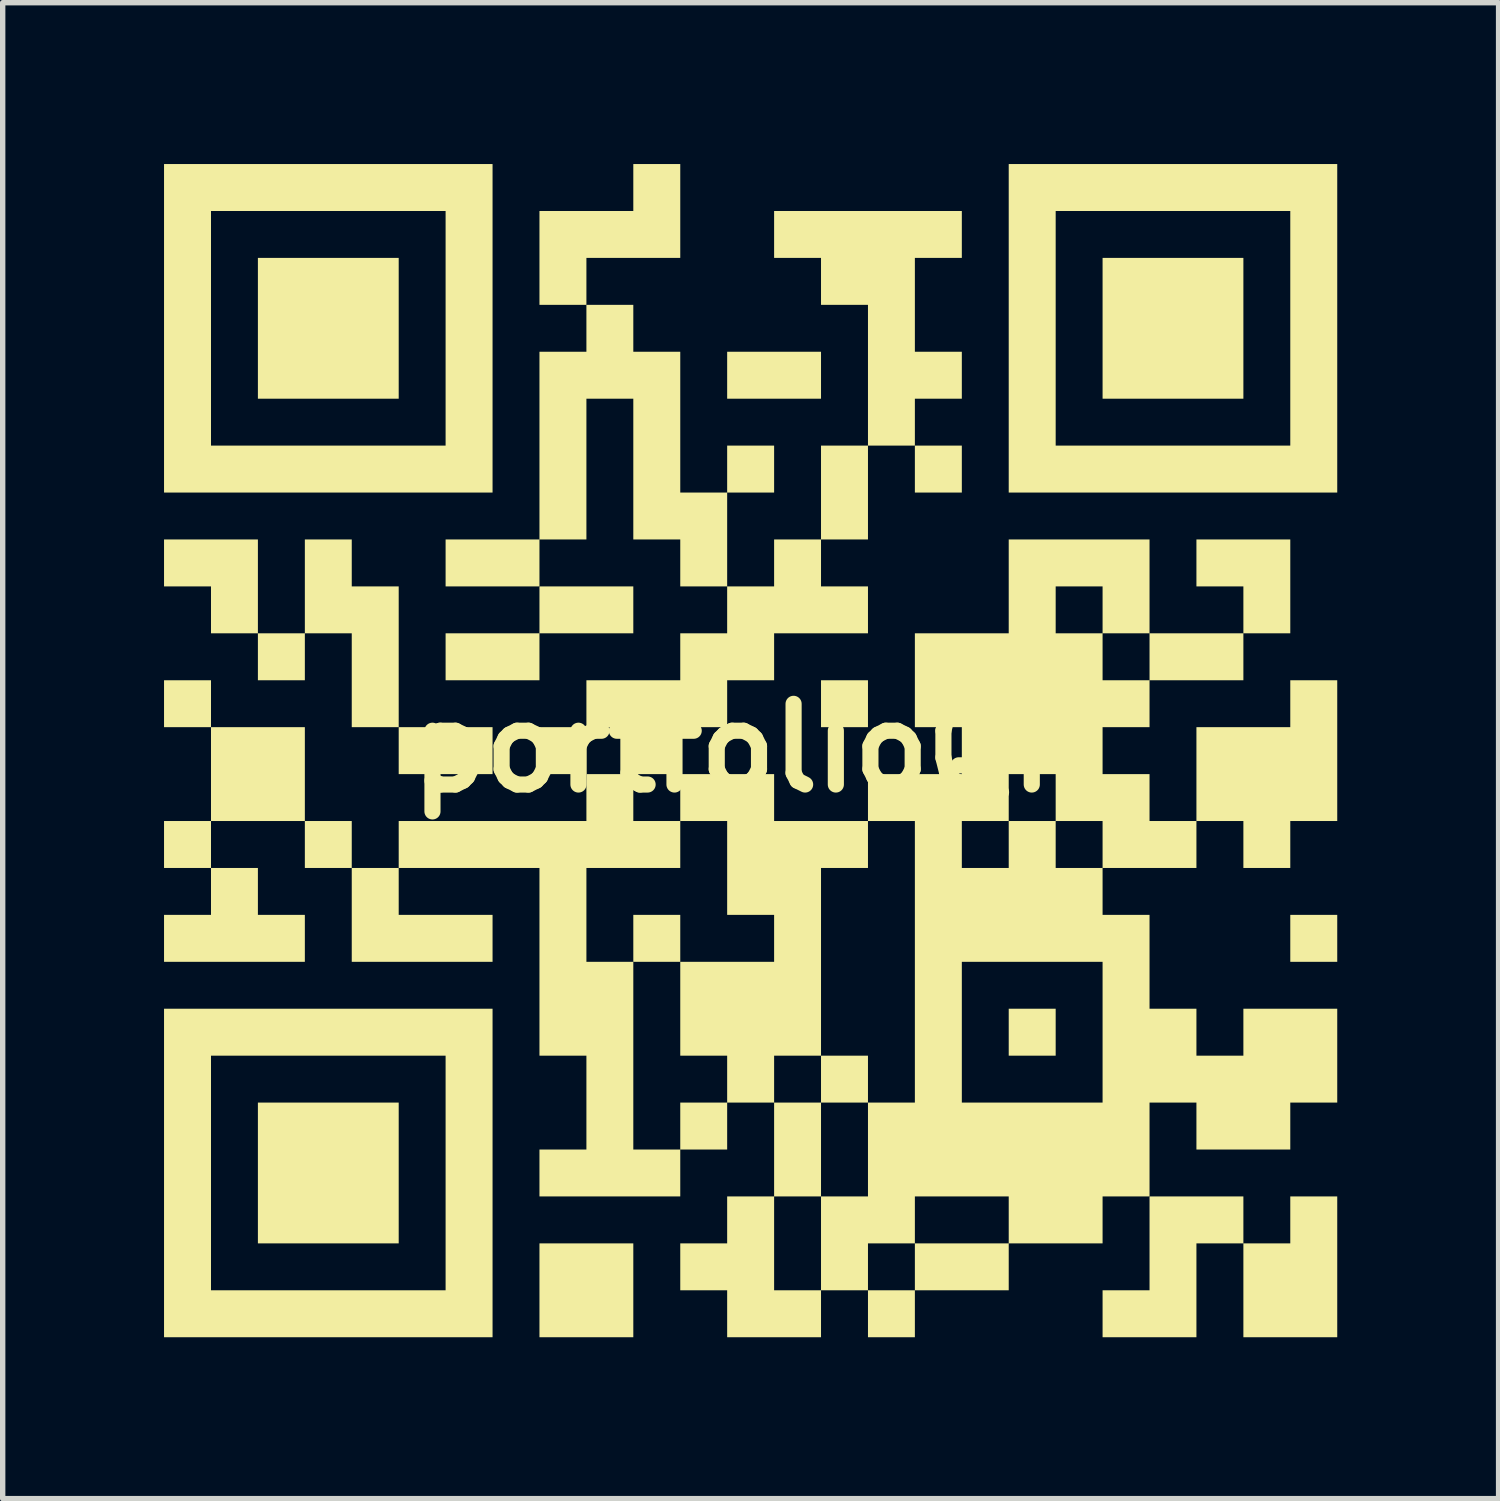
<source format=kicad_pcb>
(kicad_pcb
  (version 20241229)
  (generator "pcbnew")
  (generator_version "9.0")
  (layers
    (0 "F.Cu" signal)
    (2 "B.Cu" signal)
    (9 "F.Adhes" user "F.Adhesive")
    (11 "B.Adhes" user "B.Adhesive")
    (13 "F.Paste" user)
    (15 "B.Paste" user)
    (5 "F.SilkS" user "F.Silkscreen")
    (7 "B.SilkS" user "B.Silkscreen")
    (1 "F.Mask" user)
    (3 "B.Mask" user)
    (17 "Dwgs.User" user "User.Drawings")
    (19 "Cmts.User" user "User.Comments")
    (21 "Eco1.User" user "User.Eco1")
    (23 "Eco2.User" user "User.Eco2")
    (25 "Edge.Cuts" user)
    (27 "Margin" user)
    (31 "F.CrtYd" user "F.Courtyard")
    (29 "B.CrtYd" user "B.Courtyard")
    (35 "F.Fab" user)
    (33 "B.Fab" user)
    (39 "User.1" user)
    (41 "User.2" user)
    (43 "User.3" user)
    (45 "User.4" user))
  (footprint "portfolioQR"
    (layer "F.Cu")
    (at 10.955 10.858)
    (property "Reference" "portfolioQR" (at 0 0 0) (layer "F.SilkS") (effects (font (size 1.5 1.5) (thickness 0.3))))
    (attr board_only exclude_from_pos_files exclude_from_bom)
    (fp_poly (pts (xy -10.082 -0.824) (xy -10.082 -0.388) (xy -10.519 -0.388) (xy -10.955 -0.388) (xy -10.955 -0.824) (xy -10.955 -1.26) (xy -10.519 -1.26) (xy -10.082 -1.26)) (stroke (width 0) (type solid)) (fill yes) (layer "F.SilkS"))
    (fp_poly (pts (xy -6.592 -7.804) (xy -6.592 -6.495) (xy -7.901 -6.495) (xy -9.21 -6.495) (xy -9.21 -7.804) (xy -9.21 -9.113) (xy -7.901 -9.113) (xy -6.592 -9.113)) (stroke (width 0) (type solid)) (fill yes) (layer "F.SilkS"))
    (fp_poly (pts (xy -6.592 7.901) (xy -6.592 9.21) (xy -7.901 9.21) (xy -9.21 9.21) (xy -9.21 7.901) (xy -9.21 6.592) (xy -7.901 6.592) (xy -6.592 6.592)) (stroke (width 0) (type solid)) (fill yes) (layer "F.SilkS"))
    (fp_poly (pts (xy -4.847 0.048) (xy -4.847 0.485) (xy -5.72 0.485) (xy -6.592 0.485) (xy -6.592 0.048) (xy -6.592 -0.388) (xy -5.72 -0.388) (xy -4.847 -0.388)) (stroke (width 0) (type solid)) (fill yes) (layer "F.SilkS"))
    (fp_poly (pts (xy -2.23 10.082) (xy -2.23 10.955) (xy -3.102 10.955) (xy -3.975 10.955) (xy -3.975 10.082) (xy -3.975 9.21) (xy -3.102 9.21) (xy -2.23 9.21)) (stroke (width 0) (type solid)) (fill yes) (layer "F.SilkS"))
    (fp_poly (pts (xy -1.357 3.539) (xy -1.357 3.975) (xy -1.794 3.975) (xy -2.23 3.975) (xy -2.23 3.539) (xy -2.23 3.102) (xy -1.794 3.102) (xy -1.357 3.102)) (stroke (width 0) (type solid)) (fill yes) (layer "F.SilkS"))
    (fp_poly (pts (xy 1.26 -6.932) (xy 1.26 -6.495) (xy 0.388 -6.495) (xy -0.485 -6.495) (xy -0.485 -6.932) (xy -0.485 -7.368) (xy 0.388 -7.368) (xy 1.26 -7.368)) (stroke (width 0) (type solid)) (fill yes) (layer "F.SilkS"))
    (fp_poly (pts (xy 2.133 -0.824) (xy 2.133 -0.388) (xy 1.697 -0.388) (xy 1.26 -0.388) (xy 1.26 -0.824) (xy 1.26 -1.26) (xy 1.697 -1.26) (xy 2.133 -1.26)) (stroke (width 0) (type solid)) (fill yes) (layer "F.SilkS"))
    (fp_poly (pts (xy 2.133 6.156) (xy 2.133 6.592) (xy 1.697 6.592) (xy 1.26 6.592) (xy 1.26 6.156) (xy 1.26 5.72) (xy 1.697 5.72) (xy 2.133 5.72)) (stroke (width 0) (type solid)) (fill yes) (layer "F.SilkS"))
    (fp_poly (pts (xy 3.878 -5.187) (xy 3.878 -4.75) (xy 3.442 -4.75) (xy 3.005 -4.75) (xy 3.005 -5.187) (xy 3.005 -5.623) (xy 3.442 -5.623) (xy 3.878 -5.623)) (stroke (width 0) (type solid)) (fill yes) (layer "F.SilkS"))
    (fp_poly (pts (xy 5.623 5.284) (xy 5.623 5.72) (xy 5.187 5.72) (xy 4.75 5.72) (xy 4.75 5.284) (xy 4.75 4.847) (xy 5.187 4.847) (xy 5.623 4.847)) (stroke (width 0) (type solid)) (fill yes) (layer "F.SilkS"))
    (fp_poly (pts (xy 9.113 -7.804) (xy 9.113 -6.495) (xy 7.804 -6.495) (xy 6.495 -6.495) (xy 6.495 -7.804) (xy 6.495 -9.113) (xy 7.804 -9.113) (xy 9.113 -9.113)) (stroke (width 0) (type solid)) (fill yes) (layer "F.SilkS"))
    (fp_poly (pts (xy 10.858 3.539) (xy 10.858 3.975) (xy 10.422 3.975) (xy 9.985 3.975) (xy 9.985 3.539) (xy 9.985 3.102) (xy 10.422 3.102) (xy 10.858 3.102)) (stroke (width 0) (type solid)) (fill yes) (layer "F.SilkS"))
    (fp_poly (pts (xy -9.21 2.666) (xy -9.21 3.102) (xy -8.774 3.102) (xy -8.337 3.102) (xy -8.337 3.539) (xy -8.337 3.975) (xy -9.646 3.975) (xy -10.955 3.975) (xy -10.955 3.539) (xy -10.955 3.102) (xy -10.519 3.102) (xy -10.082 3.102) (xy -10.082 2.666) (xy -10.082 2.23) (xy -9.646 2.23) (xy -9.21 2.23)) (stroke (width 0) (type solid)) (fill yes) (layer "F.SilkS"))
    (fp_poly (pts (xy -8.337 0.485) (xy -8.337 1.357) (xy -9.21 1.357) (xy -10.082 1.357) (xy -10.082 1.794) (xy -10.082 2.23) (xy -10.519 2.23) (xy -10.955 2.23) (xy -10.955 1.794) (xy -10.955 1.357) (xy -10.519 1.357) (xy -10.082 1.357) (xy -10.082 0.485) (xy -10.082 -0.388) (xy -9.21 -0.388) (xy -8.337 -0.388)) (stroke (width 0) (type solid)) (fill yes) (layer "F.SilkS"))
    (fp_poly (pts (xy -2.23 -2.569) (xy -2.23 -2.133) (xy -3.102 -2.133) (xy -3.975 -2.133) (xy -3.975 -1.697) (xy -3.975 -1.26) (xy -4.847 -1.26) (xy -5.72 -1.26) (xy -5.72 -1.697) (xy -5.72 -2.133) (xy -4.847 -2.133) (xy -3.975 -2.133) (xy -3.975 -2.569) (xy -3.975 -3.005) (xy -3.102 -3.005) (xy -2.23 -3.005)) (stroke (width 0) (type solid)) (fill yes) (layer "F.SilkS"))
    (fp_poly (pts (xy -1.357 -9.985) (xy -1.357 -9.113) (xy -2.23 -9.113) (xy -3.102 -9.113) (xy -3.102 -8.677) (xy -3.102 -8.24) (xy -3.539 -8.24) (xy -3.975 -8.24) (xy -3.975 -9.113) (xy -3.975 -9.985) (xy -3.102 -9.985) (xy -2.23 -9.985) (xy -2.23 -10.422) (xy -2.23 -10.858) (xy -1.794 -10.858) (xy -1.357 -10.858)) (stroke (width 0) (type solid)) (fill yes) (layer "F.SilkS"))
    (fp_poly (pts (xy -4.847 -7.804) (xy -4.847 -4.75) (xy -7.901 -4.75) (xy -10.955 -4.75) (xy -10.955 -7.804) (xy -10.082 -7.804) (xy -10.082 -5.623) (xy -7.901 -5.623) (xy -5.72 -5.623) (xy -5.72 -7.804) (xy -5.72 -9.985) (xy -7.901 -9.985) (xy -10.082 -9.985) (xy -10.082 -7.804) (xy -10.955 -7.804) (xy -10.955 -10.858) (xy -7.901 -10.858) (xy -4.847 -10.858)) (stroke (width 0) (type solid)) (fill yes) (layer "F.SilkS"))
    (fp_poly (pts (xy -4.847 7.901) (xy -4.847 10.955) (xy -7.901 10.955) (xy -10.955 10.955) (xy -10.955 7.901) (xy -10.082 7.901) (xy -10.082 10.082) (xy -7.901 10.082) (xy -5.72 10.082) (xy -5.72 7.901) (xy -5.72 5.72) (xy -7.901 5.72) (xy -10.082 5.72) (xy -10.082 7.901) (xy -10.955 7.901) (xy -10.955 4.847) (xy -7.901 4.847) (xy -4.847 4.847)) (stroke (width 0) (type solid)) (fill yes) (layer "F.SilkS"))
    (fp_poly (pts (xy 10.858 -7.804) (xy 10.858 -4.75) (xy 7.804 -4.75) (xy 4.75 -4.75) (xy 4.75 -7.804) (xy 5.623 -7.804) (xy 5.623 -5.623) (xy 7.804 -5.623) (xy 9.985 -5.623) (xy 9.985 -7.804) (xy 9.985 -9.985) (xy 7.804 -9.985) (xy 5.623 -9.985) (xy 5.623 -7.804) (xy 4.75 -7.804) (xy 4.75 -10.858) (xy 7.804 -10.858) (xy 10.858 -10.858)) (stroke (width 0) (type solid)) (fill yes) (layer "F.SilkS"))
    (fp_poly (pts (xy 9.113 8.774) (xy 9.113 9.21) (xy 9.549 9.21) (xy 9.985 9.21) (xy 9.985 8.774) (xy 9.985 8.337) (xy 10.422 8.337) (xy 10.858 8.337) (xy 10.858 9.646) (xy 10.858 10.955) (xy 9.985 10.955) (xy 9.113 10.955) (xy 9.113 10.082) (xy 9.113 9.21) (xy 8.677 9.21) (xy 8.24 9.21) (xy 8.24 10.082) (xy 8.24 10.955) (xy 7.368 10.955) (xy 6.495 10.955) (xy 6.495 10.519) (xy 6.495 10.082) (xy 6.932 10.082) (xy 7.368 10.082) (xy 7.368 9.21) (xy 7.368 8.337) (xy 8.24 8.337) (xy 9.113 8.337)) (stroke (width 0) (type solid)) (fill yes) (layer "F.SilkS"))
    (fp_poly (pts (xy -9.21 -3.005) (xy -9.21 -2.133) (xy -8.774 -2.133) (xy -8.337 -2.133) (xy -8.337 -3.005) (xy -8.337 -3.878) (xy -7.901 -3.878) (xy -7.465 -3.878) (xy -7.465 -3.442) (xy -7.465 -3.005) (xy -7.029 -3.005) (xy -6.592 -3.005) (xy -6.592 -1.697) (xy -6.592 -0.388) (xy -7.029 -0.388) (xy -7.465 -0.388) (xy -7.465 -1.26) (xy -7.465 -2.133) (xy -7.901 -2.133) (xy -8.337 -2.133) (xy -8.337 -1.697) (xy -8.337 -1.26) (xy -8.774 -1.26) (xy -9.21 -1.26) (xy -9.21 -1.697) (xy -9.21 -2.133) (xy -9.646 -2.133) (xy -10.082 -2.133) (xy -10.082 -2.569) (xy -10.082 -3.005) (xy -10.519 -3.005) (xy -10.955 -3.005) (xy -10.955 -3.442) (xy -10.955 -3.878) (xy -10.082 -3.878) (xy -9.21 -3.878)) (stroke (width 0) (type solid)) (fill yes) (layer "F.SilkS"))
    (fp_poly (pts (xy 3.878 -9.549) (xy 3.878 -9.113) (xy 3.442 -9.113) (xy 3.005 -9.113) (xy 3.005 -8.24) (xy 3.005 -7.368) (xy 3.442 -7.368) (xy 3.878 -7.368) (xy 3.878 -6.932) (xy 3.878 -6.495) (xy 3.442 -6.495) (xy 3.005 -6.495) (xy 3.005 -6.059) (xy 3.005 -5.623) (xy 2.569 -5.623) (xy 2.133 -5.623) (xy 2.133 -4.75) (xy 2.133 -3.878) (xy 1.697 -3.878) (xy 1.26 -3.878) (xy 1.26 -3.442) (xy 1.26 -3.005) (xy 1.697 -3.005) (xy 2.133 -3.005) (xy 2.133 -2.569) (xy 2.133 -2.133) (xy 1.26 -2.133) (xy 0.388 -2.133) (xy 0.388 -1.697) (xy 0.388 -1.26) (xy -0.048 -1.26) (xy -0.485 -1.26) (xy -0.485 -0.824) (xy -0.485 -0.388) (xy -0.921 -0.388) (xy -1.357 -0.388) (xy -1.357 0.048) (xy -1.357 0.485) (xy -1.794 0.485) (xy -2.23 0.485) (xy -2.23 0.921) (xy -2.23 1.357) (xy -1.794 1.357) (xy -1.357 1.357) (xy -1.357 0.921) (xy -1.357 0.485) (xy -0.485 0.485) (xy 0.388 0.485) (xy 0.388 0.921) (xy 0.388 1.357) (xy 1.26 1.357) (xy 2.133 1.357) (xy 2.133 0.921) (xy 2.133 0.485) (xy 3.005 0.485) (xy 3.878 0.485) (xy 3.878 0.048) (xy 3.878 -0.388) (xy 3.442 -0.388) (xy 3.005 -0.388) (xy 3.005 -1.26) (xy 3.005 -1.697) (xy 6.495 -1.697) (xy 6.495 -1.26) (xy 6.932 -1.26) (xy 7.368 -1.26) (xy 7.368 -1.697) (xy 7.368 -2.133) (xy 6.932 -2.133) (xy 6.495 -2.133) (xy 6.495 -1.697) (xy 3.005 -1.697) (xy 3.005 -2.133) (xy 3.878 -2.133) (xy 4.75 -2.133) (xy 4.75 -2.569) (xy 5.623 -2.569) (xy 5.623 -2.133) (xy 6.059 -2.133) (xy 6.495 -2.133) (xy 6.495 -2.569) (xy 6.495 -3.005) (xy 6.059 -3.005) (xy 5.623 -3.005) (xy 5.623 -2.569) (xy 4.75 -2.569) (xy 4.75 -3.005) (xy 4.75 -3.878) (xy 6.059 -3.878) (xy 7.368 -3.878) (xy 7.368 -3.005) (xy 7.368 -2.133) (xy 8.24 -2.133) (xy 9.113 -2.133) (xy 9.113 -2.569) (xy 9.113 -3.005) (xy 8.677 -3.005) (xy 8.24 -3.005) (xy 8.24 -3.442) (xy 8.24 -3.878) (xy 9.113 -3.878) (xy 9.985 -3.878) (xy 9.985 -3.005) (xy 9.985 -2.133) (xy 9.549 -2.133) (xy 9.113 -2.133) (xy 9.113 -1.697) (xy 9.113 -1.26) (xy 8.24 -1.26) (xy 7.368 -1.26) (xy 7.368 -0.824) (xy 7.368 -0.388) (xy 6.932 -0.388) (xy 6.495 -0.388) (xy 6.495 0.048) (xy 6.495 0.485) (xy 6.932 0.485) (xy 7.368 0.485) (xy 7.368 0.921) (xy 7.368 1.357) (xy 7.804 1.357) (xy 8.24 1.357) (xy 8.24 0.485) (xy 8.24 -0.388) (xy 9.113 -0.388) (xy 9.985 -0.388) (xy 9.985 -0.824) (xy 9.985 -1.26) (xy 10.422 -1.26) (xy 10.858 -1.26) (xy 10.858 0.048) (xy 10.858 1.357) (xy 10.422 1.357) (xy 9.985 1.357) (xy 9.985 1.794) (xy 9.985 2.23) (xy 9.549 2.23) (xy 9.113 2.23) (xy 9.113 1.794) (xy 9.113 1.357) (xy 8.677 1.357) (xy 8.24 1.357) (xy 8.24 1.794) (xy 8.24 2.23) (xy 7.368 2.23) (xy 6.495 2.23) (xy 6.495 2.666) (xy 6.495 3.102) (xy 6.932 3.102) (xy 7.368 3.102) (xy 7.368 3.975) (xy 7.368 4.847) (xy 7.804 4.847) (xy 8.24 4.847) (xy 8.24 5.284) (xy 8.24 5.72) (xy 8.677 5.72) (xy 9.113 5.72) (xy 9.113 5.284) (xy 9.113 4.847) (xy 9.985 4.847) (xy 10.858 4.847) (xy 10.858 5.72) (xy 10.858 6.592) (xy 10.422 6.592) (xy 9.985 6.592) (xy 9.985 7.029) (xy 9.985 7.465) (xy 9.113 7.465) (xy 8.24 7.465) (xy 8.24 7.029) (xy 8.24 6.592) (xy 7.804 6.592) (xy 7.368 6.592) (xy 7.368 7.465) (xy 7.368 8.337) (xy 6.932 8.337) (xy 6.495 8.337) (xy 6.495 8.774) (xy 6.495 9.21) (xy 5.623 9.21) (xy 4.75 9.21) (xy 4.75 9.646) (xy 4.75 10.082) (xy 3.878 10.082) (xy 3.005 10.082) (xy 3.005 10.519) (xy 3.005 10.955) (xy 2.569 10.955) (xy 2.133 10.955) (xy 2.133 10.519) (xy 2.133 10.082) (xy 1.697 10.082) (xy 1.26 10.082) (xy 1.26 10.519) (xy 1.26 10.955) (xy 0.388 10.955) (xy -0.485 10.955) (xy -0.485 10.519) (xy -0.485 10.082) (xy -0.921 10.082) (xy -1.357 10.082) (xy -1.357 9.646) (xy -1.357 9.21) (xy -0.921 9.21) (xy -0.485 9.21) (xy -0.485 8.774) (xy -0.485 8.337) (xy -0.048 8.337) (xy 0.388 8.337) (xy 0.388 7.465) (xy 0.388 6.592) (xy 0.824 6.592) (xy 1.26 6.592) (xy 1.26 7.465) (xy 1.26 8.337) (xy 0.824 8.337) (xy 0.388 8.337) (xy 0.388 9.21) (xy 0.388 10.082) (xy 0.824 10.082) (xy 1.26 10.082) (xy 1.26 9.21) (xy 2.133 9.21) (xy 2.133 9.646) (xy 2.133 10.082) (xy 2.569 10.082) (xy 3.005 10.082) (xy 3.005 9.646) (xy 3.005 9.21) (xy 3.878 9.21) (xy 4.75 9.21) (xy 4.75 8.774) (xy 4.75 8.337) (xy 3.878 8.337) (xy 3.005 8.337) (xy 3.005 8.774) (xy 3.005 9.21) (xy 2.569 9.21) (xy 2.133 9.21) (xy 1.26 9.21) (xy 1.26 8.337) (xy 1.697 8.337) (xy 2.133 8.337) (xy 2.133 7.465) (xy 2.133 6.592) (xy 2.569 6.592) (xy 3.005 6.592) (xy 3.005 5.284) (xy 3.878 5.284) (xy 3.878 6.592) (xy 5.187 6.592) (xy 6.495 6.592) (xy 6.495 5.284) (xy 6.495 3.975) (xy 5.187 3.975) (xy 3.878 3.975) (xy 3.878 5.284) (xy 3.005 5.284) (xy 3.005 3.975) (xy 3.005 1.357) (xy 3.878 1.357) (xy 3.878 1.794) (xy 3.878 2.23) (xy 4.314 2.23) (xy 4.75 2.23) (xy 4.75 1.794) (xy 5.623 1.794) (xy 5.623 2.23) (xy 6.059 2.23) (xy 6.495 2.23) (xy 6.495 1.794) (xy 6.495 1.357) (xy 6.059 1.357) (xy 5.623 1.357) (xy 5.623 1.794) (xy 4.75 1.794) (xy 4.75 1.357) (xy 5.187 1.357) (xy 5.623 1.357) (xy 5.623 0.921) (xy 5.623 0.485) (xy 5.187 0.485) (xy 4.75 0.485) (xy 4.75 0.921) (xy 4.75 1.357) (xy 4.314 1.357) (xy 3.878 1.357) (xy 3.005 1.357) (xy 2.569 1.357) (xy 2.133 1.357) (xy 2.133 1.794) (xy 2.133 2.23) (xy 1.697 2.23) (xy 1.26 2.23) (xy 1.26 3.975) (xy 1.26 5.72) (xy 0.824 5.72) (xy 0.388 5.72) (xy 0.388 6.156) (xy 0.388 6.592) (xy -0.048 6.592) (xy -0.485 6.592) (xy -0.485 7.029) (xy -0.485 7.465) (xy -0.921 7.465) (xy -1.357 7.465) (xy -1.357 7.901) (xy -1.357 8.337) (xy -2.666 8.337) (xy -3.975 8.337) (xy -3.975 7.901) (xy -3.975 7.465) (xy -3.539 7.465) (xy -3.102 7.465) (xy -3.102 6.592) (xy -3.102 5.72) (xy -3.539 5.72) (xy -3.975 5.72) (xy -3.975 3.975) (xy -3.975 2.23) (xy -3.102 2.23) (xy -3.102 3.102) (xy -3.102 3.975) (xy -2.666 3.975) (xy -2.23 3.975) (xy -2.23 5.72) (xy -2.23 7.465) (xy -1.794 7.465) (xy -1.357 7.465) (xy -1.357 7.029) (xy -1.357 6.592) (xy -0.921 6.592) (xy -0.485 6.592) (xy -0.485 6.156) (xy -0.485 5.72) (xy -0.921 5.72) (xy -1.357 5.72) (xy -1.357 4.847) (xy -1.357 3.975) (xy -0.485 3.975) (xy 0.388 3.975) (xy 0.388 3.539) (xy 0.388 3.102) (xy -0.048 3.102) (xy -0.485 3.102) (xy -0.485 2.23) (xy -0.485 1.357) (xy -0.921 1.357) (xy -1.357 1.357) (xy -1.357 1.794) (xy -1.357 2.23) (xy -2.23 2.23) (xy -3.102 2.23) (xy -3.975 2.23) (xy -5.284 2.23) (xy -6.592 2.23) (xy -6.592 2.666) (xy -6.592 3.102) (xy -5.72 3.102) (xy -4.847 3.102) (xy -4.847 3.539) (xy -4.847 3.975) (xy -6.156 3.975) (xy -7.465 3.975) (xy -7.465 3.102) (xy -7.465 2.23) (xy -7.901 2.23) (xy -8.337 2.23) (xy -8.337 1.794) (xy -8.337 1.357) (xy -7.901 1.357) (xy -7.465 1.357) (xy -7.465 1.794) (xy -7.465 2.23) (xy -7.029 2.23) (xy -6.592 2.23) (xy -6.592 1.794) (xy -6.592 1.357) (xy -4.847 1.357) (xy -3.102 1.357) (xy -3.102 0.921) (xy -3.102 0.485) (xy -3.539 0.485) (xy -3.975 0.485) (xy -3.975 0.048) (xy -3.102 0.048) (xy -3.102 0.485) (xy -2.666 0.485) (xy -2.23 0.485) (xy -2.23 0.048) (xy -2.23 -0.388) (xy -2.666 -0.388) (xy -3.102 -0.388) (xy -3.102 0.048) (xy -3.975 0.048) (xy -3.975 -0.388) (xy -3.539 -0.388) (xy -3.102 -0.388) (xy -3.102 -0.824) (xy -3.102 -1.26) (xy -2.23 -1.26) (xy -1.357 -1.26) (xy -1.357 -1.697) (xy -1.357 -2.133) (xy -0.921 -2.133) (xy -0.485 -2.133) (xy -0.485 -2.569) (xy -0.485 -3.005) (xy -0.921 -3.005) (xy -1.357 -3.005) (xy -1.357 -3.442) (xy -1.357 -3.878) (xy -1.794 -3.878) (xy -2.23 -3.878) (xy -2.23 -5.187) (xy -2.23 -6.495) (xy -2.666 -6.495) (xy -3.102 -6.495) (xy -3.102 -5.187) (xy -3.102 -3.878) (xy -3.539 -3.878) (xy -3.975 -3.878) (xy -3.975 -3.442) (xy -3.975 -3.005) (xy -4.847 -3.005) (xy -5.72 -3.005) (xy -5.72 -3.442) (xy -5.72 -3.878) (xy -4.847 -3.878) (xy -3.975 -3.878) (xy -3.975 -5.623) (xy -3.975 -7.368) (xy -3.539 -7.368) (xy -3.102 -7.368) (xy -3.102 -7.804) (xy -3.102 -8.24) (xy -2.666 -8.24) (xy -2.23 -8.24) (xy -2.23 -7.804) (xy -2.23 -7.368) (xy -1.794 -7.368) (xy -1.357 -7.368) (xy -1.357 -6.059) (xy -1.357 -4.75) (xy -0.921 -4.75) (xy -0.485 -4.75) (xy -0.485 -5.187) (xy -0.485 -5.623) (xy -0.048 -5.623) (xy 0.388 -5.623) (xy 0.388 -5.187) (xy 0.388 -4.75) (xy -0.048 -4.75) (xy -0.485 -4.75) (xy -0.485 -3.878) (xy -0.485 -3.005) (xy -0.048 -3.005) (xy 0.388 -3.005) (xy 0.388 -3.442) (xy 0.388 -3.878) (xy 0.824 -3.878) (xy 1.26 -3.878) (xy 1.26 -4.75) (xy 1.26 -5.623) (xy 1.697 -5.623) (xy 2.133 -5.623) (xy 2.133 -6.932) (xy 2.133 -8.24) (xy 1.697 -8.24) (xy 1.26 -8.24) (xy 1.26 -8.677) (xy 1.26 -9.113) (xy 0.824 -9.113) (xy 0.388 -9.113) (xy 0.388 -9.549) (xy 0.388 -9.985) (xy 2.133 -9.985) (xy 3.878 -9.985)) (stroke (width 0) (type solid)) (fill yes) (layer "F.SilkS")))
  (gr_rect
    (start -3 -3)
    (end 24.813 24.813)
    (stroke (width 0.1) (type default))
    (fill no)
    (layer "Edge.Cuts")))
</source>
